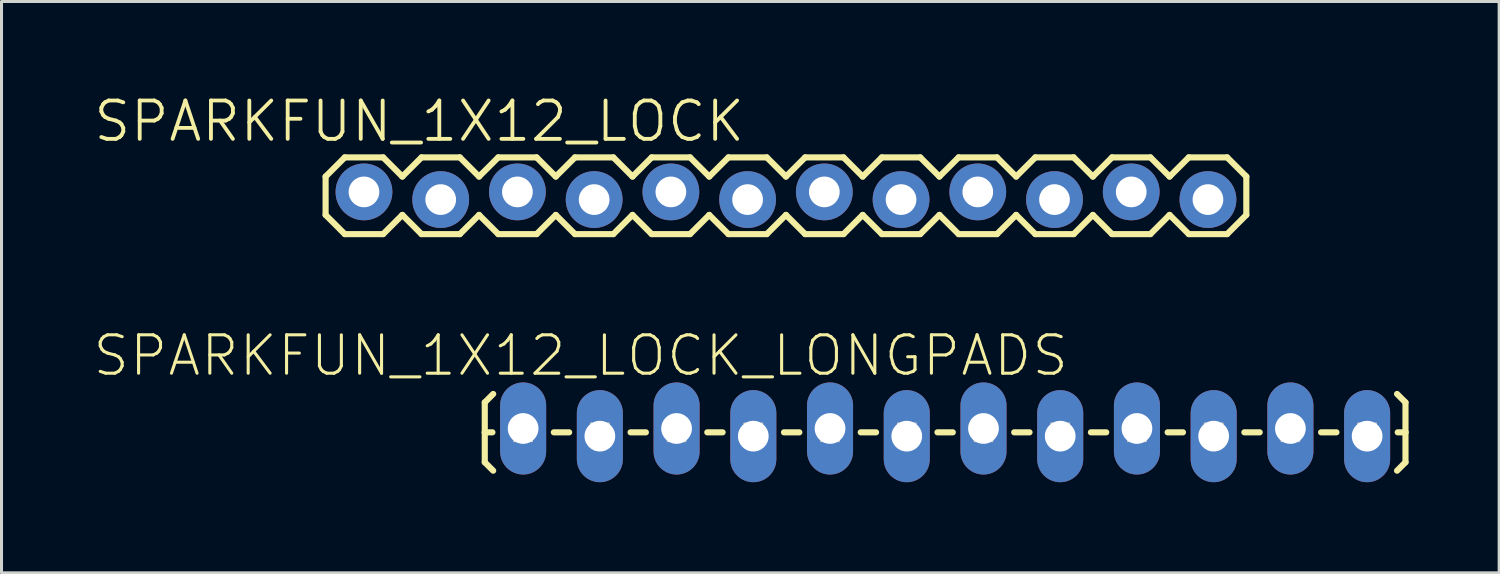
<source format=kicad_pcb>
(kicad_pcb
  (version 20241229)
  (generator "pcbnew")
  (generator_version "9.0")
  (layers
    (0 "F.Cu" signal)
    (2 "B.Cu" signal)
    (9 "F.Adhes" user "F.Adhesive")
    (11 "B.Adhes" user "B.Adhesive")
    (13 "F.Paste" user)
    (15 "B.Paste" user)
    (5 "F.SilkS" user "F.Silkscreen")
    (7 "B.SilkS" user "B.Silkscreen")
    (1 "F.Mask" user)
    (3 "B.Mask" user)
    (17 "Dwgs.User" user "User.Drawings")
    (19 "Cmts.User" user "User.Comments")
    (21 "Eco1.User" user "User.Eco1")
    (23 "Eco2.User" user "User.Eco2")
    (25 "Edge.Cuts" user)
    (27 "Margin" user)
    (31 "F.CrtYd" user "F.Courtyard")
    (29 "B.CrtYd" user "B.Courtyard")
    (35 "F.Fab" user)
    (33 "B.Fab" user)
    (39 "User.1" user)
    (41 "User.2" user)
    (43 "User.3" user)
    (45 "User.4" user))
  (footprint "SPARKFUN_1X12_LOCK_LONGPADS"
    (layer "F.Cu")
    (at 14.268 11.262)
    (property "Reference" "SPARKFUN_1X12_LOCK_LONGPADS" (at 1.905 -2.54 0) (layer "F.SilkS") (effects (font (size 1.27 1.27) (thickness 0.102))))
    (attr exclude_from_pos_files exclude_from_bom)
    (fp_line (start -1.27 -0.991) (end -0.991 -1.27) (stroke (width 0.203) (type solid)) (layer "F.SilkS"))
    (fp_line (start -1.27 0) (end -1.27 -0.991) (stroke (width 0.203) (type solid)) (layer "F.SilkS"))
    (fp_line (start -1.27 0) (end -1.27 0.991) (stroke (width 0.203) (type solid)) (layer "F.SilkS"))
    (fp_line (start -1.27 0) (end -1.016 0) (stroke (width 0.203) (type solid)) (layer "F.SilkS"))
    (fp_line (start -1.27 0.991) (end -0.991 1.27) (stroke (width 0.203) (type solid)) (layer "F.SilkS"))
    (fp_line (start 1.524 0) (end 1.016 0) (stroke (width 0.203) (type solid)) (layer "F.SilkS"))
    (fp_line (start 4.064 0) (end 3.556 0) (stroke (width 0.203) (type solid)) (layer "F.SilkS"))
    (fp_line (start 6.604 0) (end 6.096 0) (stroke (width 0.203) (type solid)) (layer "F.SilkS"))
    (fp_line (start 9.144 0) (end 8.636 0) (stroke (width 0.203) (type solid)) (layer "F.SilkS"))
    (fp_line (start 11.684 0) (end 11.176 0) (stroke (width 0.203) (type solid)) (layer "F.SilkS"))
    (fp_line (start 14.224 0) (end 13.716 0) (stroke (width 0.203) (type solid)) (layer "F.SilkS"))
    (fp_line (start 16.764 0) (end 16.256 0) (stroke (width 0.203) (type solid)) (layer "F.SilkS"))
    (fp_line (start 19.304 0) (end 18.796 0) (stroke (width 0.203) (type solid)) (layer "F.SilkS"))
    (fp_line (start 21.844 0) (end 21.336 0) (stroke (width 0.203) (type solid)) (layer "F.SilkS"))
    (fp_line (start 24.384 0) (end 23.876 0) (stroke (width 0.203) (type solid)) (layer "F.SilkS"))
    (fp_line (start 26.924 0) (end 26.416 0) (stroke (width 0.203) (type solid)) (layer "F.SilkS"))
    (fp_line (start 29.21 -0.991) (end 28.931 -1.27) (stroke (width 0.203) (type solid)) (layer "F.SilkS"))
    (fp_line (start 29.21 0) (end 28.953 0) (stroke (width 0.203) (type solid)) (layer "F.SilkS"))
    (fp_line (start 29.21 0) (end 29.21 -0.991) (stroke (width 0.203) (type solid)) (layer "F.SilkS"))
    (fp_line (start 29.21 0.991) (end 28.931 1.27) (stroke (width 0.203) (type solid)) (layer "F.SilkS"))
    (fp_line (start 29.21 0.991) (end 29.21 0) (stroke (width 0.203) (type solid)) (layer "F.SilkS"))
    (fp_line (start -0.292 -0.292) (end 0.292 -0.292) (stroke (width 0.066) (type solid)) (layer "Dwgs.User"))
    (fp_line (start -0.292 0.292) (end -0.292 -0.292) (stroke (width 0.066) (type solid)) (layer "Dwgs.User"))
    (fp_line (start -0.292 0.292) (end 0.292 0.292) (stroke (width 0.066) (type solid)) (layer "Dwgs.User"))
    (fp_line (start 0.292 0.292) (end 0.292 -0.292) (stroke (width 0.066) (type solid)) (layer "Dwgs.User"))
    (fp_line (start 2.248 -0.292) (end 2.832 -0.292) (stroke (width 0.066) (type solid)) (layer "Dwgs.User"))
    (fp_line (start 2.248 0.292) (end 2.248 -0.292) (stroke (width 0.066) (type solid)) (layer "Dwgs.User"))
    (fp_line (start 2.248 0.292) (end 2.832 0.292) (stroke (width 0.066) (type solid)) (layer "Dwgs.User"))
    (fp_line (start 2.832 0.292) (end 2.832 -0.292) (stroke (width 0.066) (type solid)) (layer "Dwgs.User"))
    (fp_line (start 4.788 -0.292) (end 5.372 -0.292) (stroke (width 0.066) (type solid)) (layer "Dwgs.User"))
    (fp_line (start 4.788 0.292) (end 4.788 -0.292) (stroke (width 0.066) (type solid)) (layer "Dwgs.User"))
    (fp_line (start 4.788 0.292) (end 5.372 0.292) (stroke (width 0.066) (type solid)) (layer "Dwgs.User"))
    (fp_line (start 5.372 0.292) (end 5.372 -0.292) (stroke (width 0.066) (type solid)) (layer "Dwgs.User"))
    (fp_line (start 7.328 -0.292) (end 7.912 -0.292) (stroke (width 0.066) (type solid)) (layer "Dwgs.User"))
    (fp_line (start 7.328 0.292) (end 7.328 -0.292) (stroke (width 0.066) (type solid)) (layer "Dwgs.User"))
    (fp_line (start 7.328 0.292) (end 7.912 0.292) (stroke (width 0.066) (type solid)) (layer "Dwgs.User"))
    (fp_line (start 7.912 0.292) (end 7.912 -0.292) (stroke (width 0.066) (type solid)) (layer "Dwgs.User"))
    (fp_line (start 9.868 -0.292) (end 10.452 -0.292) (stroke (width 0.066) (type solid)) (layer "Dwgs.User"))
    (fp_line (start 9.868 0.292) (end 9.868 -0.292) (stroke (width 0.066) (type solid)) (layer "Dwgs.User"))
    (fp_line (start 9.868 0.292) (end 10.452 0.292) (stroke (width 0.066) (type solid)) (layer "Dwgs.User"))
    (fp_line (start 10.452 0.292) (end 10.452 -0.292) (stroke (width 0.066) (type solid)) (layer "Dwgs.User"))
    (fp_line (start 12.408 -0.292) (end 12.992 -0.292) (stroke (width 0.066) (type solid)) (layer "Dwgs.User"))
    (fp_line (start 12.408 0.292) (end 12.408 -0.292) (stroke (width 0.066) (type solid)) (layer "Dwgs.User"))
    (fp_line (start 12.408 0.292) (end 12.992 0.292) (stroke (width 0.066) (type solid)) (layer "Dwgs.User"))
    (fp_line (start 12.992 0.292) (end 12.992 -0.292) (stroke (width 0.066) (type solid)) (layer "Dwgs.User"))
    (fp_line (start 14.948 -0.292) (end 15.532 -0.292) (stroke (width 0.066) (type solid)) (layer "Dwgs.User"))
    (fp_line (start 14.948 0.292) (end 14.948 -0.292) (stroke (width 0.066) (type solid)) (layer "Dwgs.User"))
    (fp_line (start 14.948 0.292) (end 15.532 0.292) (stroke (width 0.066) (type solid)) (layer "Dwgs.User"))
    (fp_line (start 15.532 0.292) (end 15.532 -0.292) (stroke (width 0.066) (type solid)) (layer "Dwgs.User"))
    (fp_line (start 17.488 -0.292) (end 18.072 -0.292) (stroke (width 0.066) (type solid)) (layer "Dwgs.User"))
    (fp_line (start 17.488 0.292) (end 17.488 -0.292) (stroke (width 0.066) (type solid)) (layer "Dwgs.User"))
    (fp_line (start 17.488 0.292) (end 18.072 0.292) (stroke (width 0.066) (type solid)) (layer "Dwgs.User"))
    (fp_line (start 18.072 0.292) (end 18.072 -0.292) (stroke (width 0.066) (type solid)) (layer "Dwgs.User"))
    (fp_line (start 20.028 -0.292) (end 20.612 -0.292) (stroke (width 0.066) (type solid)) (layer "Dwgs.User"))
    (fp_line (start 20.028 0.292) (end 20.028 -0.292) (stroke (width 0.066) (type solid)) (layer "Dwgs.User"))
    (fp_line (start 20.028 0.292) (end 20.612 0.292) (stroke (width 0.066) (type solid)) (layer "Dwgs.User"))
    (fp_line (start 20.612 0.292) (end 20.612 -0.292) (stroke (width 0.066) (type solid)) (layer "Dwgs.User"))
    (fp_line (start 22.568 -0.292) (end 23.152 -0.292) (stroke (width 0.066) (type solid)) (layer "Dwgs.User"))
    (fp_line (start 22.568 0.292) (end 22.568 -0.292) (stroke (width 0.066) (type solid)) (layer "Dwgs.User"))
    (fp_line (start 22.568 0.292) (end 23.152 0.292) (stroke (width 0.066) (type solid)) (layer "Dwgs.User"))
    (fp_line (start 23.152 0.292) (end 23.152 -0.292) (stroke (width 0.066) (type solid)) (layer "Dwgs.User"))
    (fp_line (start 25.108 -0.292) (end 25.692 -0.292) (stroke (width 0.066) (type solid)) (layer "Dwgs.User"))
    (fp_line (start 25.108 0.292) (end 25.108 -0.292) (stroke (width 0.066) (type solid)) (layer "Dwgs.User"))
    (fp_line (start 25.108 0.292) (end 25.692 0.292) (stroke (width 0.066) (type solid)) (layer "Dwgs.User"))
    (fp_line (start 25.692 0.292) (end 25.692 -0.292) (stroke (width 0.066) (type solid)) (layer "Dwgs.User"))
    (fp_line (start 27.648 -0.292) (end 28.232 -0.292) (stroke (width 0.066) (type solid)) (layer "Dwgs.User"))
    (fp_line (start 27.648 0.292) (end 27.648 -0.292) (stroke (width 0.066) (type solid)) (layer "Dwgs.User"))
    (fp_line (start 27.648 0.292) (end 28.232 0.292) (stroke (width 0.066) (type solid)) (layer "Dwgs.User"))
    (fp_line (start 28.232 0.292) (end 28.232 -0.292) (stroke (width 0.066) (type solid)) (layer "Dwgs.User"))
    (pad "1" thru_hole oval (at 0 -0.127 180) (size 1.524 3.048) (drill 1.016) (layers "*.Cu" "*.Paste" "*.Mask"))
    (pad "2" thru_hole oval (at 2.54 0.127 180) (size 1.524 3.048) (drill 1.016) (layers "*.Cu" "*.Paste" "*.Mask"))
    (pad "3" thru_hole oval (at 5.08 -0.127 180) (size 1.524 3.048) (drill 1.016) (layers "*.Cu" "*.Paste" "*.Mask"))
    (pad "4" thru_hole oval (at 7.62 0.127 180) (size 1.524 3.048) (drill 1.016) (layers "*.Cu" "*.Paste" "*.Mask"))
    (pad "5" thru_hole oval (at 10.16 -0.127 180) (size 1.524 3.048) (drill 1.016) (layers "*.Cu" "*.Paste" "*.Mask"))
    (pad "6" thru_hole oval (at 12.7 0.127 180) (size 1.524 3.048) (drill 1.016) (layers "*.Cu" "*.Paste" "*.Mask"))
    (pad "7" thru_hole oval (at 15.24 -0.127 180) (size 1.524 3.048) (drill 1.016) (layers "*.Cu" "*.Paste" "*.Mask"))
    (pad "8" thru_hole oval (at 17.78 0.127 180) (size 1.524 3.048) (drill 1.016) (layers "*.Cu" "*.Paste" "*.Mask"))
    (pad "9" thru_hole oval (at 20.32 -0.127 180) (size 1.524 3.048) (drill 1.016) (layers "*.Cu" "*.Paste" "*.Mask"))
    (pad "10" thru_hole oval (at 22.86 0.127 180) (size 1.524 3.048) (drill 1.016) (layers "*.Cu" "*.Paste" "*.Mask"))
    (pad "11" thru_hole oval (at 25.4 -0.127 180) (size 1.524 3.048) (drill 1.016) (layers "*.Cu" "*.Paste" "*.Mask"))
    (pad "12" thru_hole oval (at 27.94 0.127 180) (size 1.524 3.048) (drill 1.016) (layers "*.Cu" "*.Paste" "*.Mask")))
  (footprint "SPARKFUN_1X12_LOCK"
    (layer "F.Cu")
    (at 8.999 3.43)
    (property "Reference" "SPARKFUN_1X12_LOCK" (at 1.829 -2.464 0) (layer "F.SilkS") (effects (font (size 1.27 1.27) (thickness 0.127))))
    (attr exclude_from_pos_files exclude_from_bom)
    (fp_line (start -1.27 -0.635) (end -1.27 0.635) (stroke (width 0.203) (type solid)) (layer "F.SilkS"))
    (fp_line (start -1.27 0.635) (end -0.635 1.27) (stroke (width 0.203) (type solid)) (layer "F.SilkS"))
    (fp_line (start -0.635 -1.27) (end -1.27 -0.635) (stroke (width 0.203) (type solid)) (layer "F.SilkS"))
    (fp_line (start -0.635 -1.27) (end 0.635 -1.27) (stroke (width 0.203) (type solid)) (layer "F.SilkS"))
    (fp_line (start 0.635 -1.27) (end 1.27 -0.635) (stroke (width 0.203) (type solid)) (layer "F.SilkS"))
    (fp_line (start 0.635 1.27) (end -0.635 1.27) (stroke (width 0.203) (type solid)) (layer "F.SilkS"))
    (fp_line (start 1.27 -0.635) (end 1.905 -1.27) (stroke (width 0.203) (type solid)) (layer "F.SilkS"))
    (fp_line (start 1.27 0.635) (end 0.635 1.27) (stroke (width 0.203) (type solid)) (layer "F.SilkS"))
    (fp_line (start 1.905 -1.27) (end 3.175 -1.27) (stroke (width 0.203) (type solid)) (layer "F.SilkS"))
    (fp_line (start 1.905 1.27) (end 1.27 0.635) (stroke (width 0.203) (type solid)) (layer "F.SilkS"))
    (fp_line (start 3.175 -1.27) (end 3.81 -0.635) (stroke (width 0.203) (type solid)) (layer "F.SilkS"))
    (fp_line (start 3.175 1.27) (end 1.905 1.27) (stroke (width 0.203) (type solid)) (layer "F.SilkS"))
    (fp_line (start 3.81 -0.635) (end 4.445 -1.27) (stroke (width 0.203) (type solid)) (layer "F.SilkS"))
    (fp_line (start 3.81 0.635) (end 3.175 1.27) (stroke (width 0.203) (type solid)) (layer "F.SilkS"))
    (fp_line (start 4.445 -1.27) (end 5.715 -1.27) (stroke (width 0.203) (type solid)) (layer "F.SilkS"))
    (fp_line (start 4.445 1.27) (end 3.81 0.635) (stroke (width 0.203) (type solid)) (layer "F.SilkS"))
    (fp_line (start 5.715 -1.27) (end 6.35 -0.635) (stroke (width 0.203) (type solid)) (layer "F.SilkS"))
    (fp_line (start 5.715 1.27) (end 4.445 1.27) (stroke (width 0.203) (type solid)) (layer "F.SilkS"))
    (fp_line (start 6.35 0.635) (end 5.715 1.27) (stroke (width 0.203) (type solid)) (layer "F.SilkS"))
    (fp_line (start 6.35 0.635) (end 6.985 1.27) (stroke (width 0.203) (type solid)) (layer "F.SilkS"))
    (fp_line (start 6.985 -1.27) (end 6.35 -0.635) (stroke (width 0.203) (type solid)) (layer "F.SilkS"))
    (fp_line (start 6.985 -1.27) (end 8.255 -1.27) (stroke (width 0.203) (type solid)) (layer "F.SilkS"))
    (fp_line (start 8.255 -1.27) (end 8.89 -0.635) (stroke (width 0.203) (type solid)) (layer "F.SilkS"))
    (fp_line (start 8.255 1.27) (end 6.985 1.27) (stroke (width 0.203) (type solid)) (layer "F.SilkS"))
    (fp_line (start 8.89 -0.635) (end 9.525 -1.27) (stroke (width 0.203) (type solid)) (layer "F.SilkS"))
    (fp_line (start 8.89 0.635) (end 8.255 1.27) (stroke (width 0.203) (type solid)) (layer "F.SilkS"))
    (fp_line (start 9.525 -1.27) (end 10.795 -1.27) (stroke (width 0.203) (type solid)) (layer "F.SilkS"))
    (fp_line (start 9.525 1.27) (end 8.89 0.635) (stroke (width 0.203) (type solid)) (layer "F.SilkS"))
    (fp_line (start 10.795 -1.27) (end 11.43 -0.635) (stroke (width 0.203) (type solid)) (layer "F.SilkS"))
    (fp_line (start 10.795 1.27) (end 9.525 1.27) (stroke (width 0.203) (type solid)) (layer "F.SilkS"))
    (fp_line (start 11.43 -0.635) (end 12.065 -1.27) (stroke (width 0.203) (type solid)) (layer "F.SilkS"))
    (fp_line (start 11.43 0.635) (end 10.795 1.27) (stroke (width 0.203) (type solid)) (layer "F.SilkS"))
    (fp_line (start 12.065 -1.27) (end 13.335 -1.27) (stroke (width 0.203) (type solid)) (layer "F.SilkS"))
    (fp_line (start 12.065 1.27) (end 11.43 0.635) (stroke (width 0.203) (type solid)) (layer "F.SilkS"))
    (fp_line (start 13.335 -1.27) (end 13.97 -0.635) (stroke (width 0.203) (type solid)) (layer "F.SilkS"))
    (fp_line (start 13.335 1.27) (end 12.065 1.27) (stroke (width 0.203) (type solid)) (layer "F.SilkS"))
    (fp_line (start 13.97 0.635) (end 13.335 1.27) (stroke (width 0.203) (type solid)) (layer "F.SilkS"))
    (fp_line (start 13.97 0.635) (end 14.605 1.27) (stroke (width 0.203) (type solid)) (layer "F.SilkS"))
    (fp_line (start 14.605 -1.27) (end 13.97 -0.635) (stroke (width 0.203) (type solid)) (layer "F.SilkS"))
    (fp_line (start 14.605 -1.27) (end 15.875 -1.27) (stroke (width 0.203) (type solid)) (layer "F.SilkS"))
    (fp_line (start 15.875 -1.27) (end 16.51 -0.635) (stroke (width 0.203) (type solid)) (layer "F.SilkS"))
    (fp_line (start 15.875 1.27) (end 14.605 1.27) (stroke (width 0.203) (type solid)) (layer "F.SilkS"))
    (fp_line (start 16.51 0.635) (end 15.875 1.27) (stroke (width 0.203) (type solid)) (layer "F.SilkS"))
    (fp_line (start 16.51 0.635) (end 17.145 1.27) (stroke (width 0.203) (type solid)) (layer "F.SilkS"))
    (fp_line (start 17.145 -1.27) (end 16.51 -0.635) (stroke (width 0.203) (type solid)) (layer "F.SilkS"))
    (fp_line (start 17.145 -1.27) (end 18.415 -1.27) (stroke (width 0.203) (type solid)) (layer "F.SilkS"))
    (fp_line (start 18.415 -1.27) (end 19.05 -0.635) (stroke (width 0.203) (type solid)) (layer "F.SilkS"))
    (fp_line (start 18.415 1.27) (end 17.145 1.27) (stroke (width 0.203) (type solid)) (layer "F.SilkS"))
    (fp_line (start 19.05 0.635) (end 18.415 1.27) (stroke (width 0.203) (type solid)) (layer "F.SilkS"))
    (fp_line (start 19.05 0.635) (end 19.685 1.27) (stroke (width 0.203) (type solid)) (layer "F.SilkS"))
    (fp_line (start 19.685 -1.27) (end 19.05 -0.635) (stroke (width 0.203) (type solid)) (layer "F.SilkS"))
    (fp_line (start 19.685 -1.27) (end 20.955 -1.27) (stroke (width 0.203) (type solid)) (layer "F.SilkS"))
    (fp_line (start 20.955 -1.27) (end 21.59 -0.635) (stroke (width 0.203) (type solid)) (layer "F.SilkS"))
    (fp_line (start 20.955 1.27) (end 19.685 1.27) (stroke (width 0.203) (type solid)) (layer "F.SilkS"))
    (fp_line (start 21.59 0.635) (end 20.955 1.27) (stroke (width 0.203) (type solid)) (layer "F.SilkS"))
    (fp_line (start 21.59 0.635) (end 22.225 1.27) (stroke (width 0.203) (type solid)) (layer "F.SilkS"))
    (fp_line (start 22.225 -1.27) (end 21.59 -0.635) (stroke (width 0.203) (type solid)) (layer "F.SilkS"))
    (fp_line (start 22.225 -1.27) (end 23.495 -1.27) (stroke (width 0.203) (type solid)) (layer "F.SilkS"))
    (fp_line (start 23.495 -1.27) (end 24.13 -0.635) (stroke (width 0.203) (type solid)) (layer "F.SilkS"))
    (fp_line (start 23.495 1.27) (end 22.225 1.27) (stroke (width 0.203) (type solid)) (layer "F.SilkS"))
    (fp_line (start 24.13 0.635) (end 23.495 1.27) (stroke (width 0.203) (type solid)) (layer "F.SilkS"))
    (fp_line (start 24.13 0.635) (end 24.765 1.27) (stroke (width 0.203) (type solid)) (layer "F.SilkS"))
    (fp_line (start 24.765 -1.27) (end 24.13 -0.635) (stroke (width 0.203) (type solid)) (layer "F.SilkS"))
    (fp_line (start 24.765 -1.27) (end 26.035 -1.27) (stroke (width 0.203) (type solid)) (layer "F.SilkS"))
    (fp_line (start 26.035 -1.27) (end 26.67 -0.635) (stroke (width 0.203) (type solid)) (layer "F.SilkS"))
    (fp_line (start 26.035 1.27) (end 24.765 1.27) (stroke (width 0.203) (type solid)) (layer "F.SilkS"))
    (fp_line (start 26.67 0.635) (end 26.035 1.27) (stroke (width 0.203) (type solid)) (layer "F.SilkS"))
    (fp_line (start 26.67 0.635) (end 27.305 1.27) (stroke (width 0.203) (type solid)) (layer "F.SilkS"))
    (fp_line (start 27.305 -1.27) (end 26.67 -0.635) (stroke (width 0.203) (type solid)) (layer "F.SilkS"))
    (fp_line (start 27.305 -1.27) (end 28.575 -1.27) (stroke (width 0.203) (type solid)) (layer "F.SilkS"))
    (fp_line (start 28.575 -1.27) (end 29.21 -0.635) (stroke (width 0.203) (type solid)) (layer "F.SilkS"))
    (fp_line (start 28.575 1.27) (end 27.305 1.27) (stroke (width 0.203) (type solid)) (layer "F.SilkS"))
    (fp_line (start 29.21 -0.635) (end 29.21 0.635) (stroke (width 0.203) (type solid)) (layer "F.SilkS"))
    (fp_line (start 29.21 0.635) (end 28.575 1.27) (stroke (width 0.203) (type solid)) (layer "F.SilkS"))
    (fp_line (start -0.254 -0.254) (end 0.254 -0.254) (stroke (width 0.066) (type solid)) (layer "Dwgs.User"))
    (fp_line (start -0.254 0.254) (end -0.254 -0.254) (stroke (width 0.066) (type solid)) (layer "Dwgs.User"))
    (fp_line (start -0.254 0.254) (end 0.254 0.254) (stroke (width 0.066) (type solid)) (layer "Dwgs.User"))
    (fp_line (start 0.254 0.254) (end 0.254 -0.254) (stroke (width 0.066) (type solid)) (layer "Dwgs.User"))
    (fp_line (start 2.286 -0.254) (end 2.794 -0.254) (stroke (width 0.066) (type solid)) (layer "Dwgs.User"))
    (fp_line (start 2.286 0.254) (end 2.286 -0.254) (stroke (width 0.066) (type solid)) (layer "Dwgs.User"))
    (fp_line (start 2.286 0.254) (end 2.794 0.254) (stroke (width 0.066) (type solid)) (layer "Dwgs.User"))
    (fp_line (start 2.794 0.254) (end 2.794 -0.254) (stroke (width 0.066) (type solid)) (layer "Dwgs.User"))
    (fp_line (start 4.826 -0.254) (end 5.334 -0.254) (stroke (width 0.066) (type solid)) (layer "Dwgs.User"))
    (fp_line (start 4.826 0.254) (end 4.826 -0.254) (stroke (width 0.066) (type solid)) (layer "Dwgs.User"))
    (fp_line (start 4.826 0.254) (end 5.334 0.254) (stroke (width 0.066) (type solid)) (layer "Dwgs.User"))
    (fp_line (start 5.334 0.254) (end 5.334 -0.254) (stroke (width 0.066) (type solid)) (layer "Dwgs.User"))
    (fp_line (start 7.366 -0.254) (end 7.874 -0.254) (stroke (width 0.066) (type solid)) (layer "Dwgs.User"))
    (fp_line (start 7.366 0.254) (end 7.366 -0.254) (stroke (width 0.066) (type solid)) (layer "Dwgs.User"))
    (fp_line (start 7.366 0.254) (end 7.874 0.254) (stroke (width 0.066) (type solid)) (layer "Dwgs.User"))
    (fp_line (start 7.874 0.254) (end 7.874 -0.254) (stroke (width 0.066) (type solid)) (layer "Dwgs.User"))
    (fp_line (start 9.906 -0.254) (end 10.414 -0.254) (stroke (width 0.066) (type solid)) (layer "Dwgs.User"))
    (fp_line (start 9.906 0.254) (end 9.906 -0.254) (stroke (width 0.066) (type solid)) (layer "Dwgs.User"))
    (fp_line (start 9.906 0.254) (end 10.414 0.254) (stroke (width 0.066) (type solid)) (layer "Dwgs.User"))
    (fp_line (start 10.414 0.254) (end 10.414 -0.254) (stroke (width 0.066) (type solid)) (layer "Dwgs.User"))
    (fp_line (start 12.446 -0.254) (end 12.954 -0.254) (stroke (width 0.066) (type solid)) (layer "Dwgs.User"))
    (fp_line (start 12.446 0.254) (end 12.446 -0.254) (stroke (width 0.066) (type solid)) (layer "Dwgs.User"))
    (fp_line (start 12.446 0.254) (end 12.954 0.254) (stroke (width 0.066) (type solid)) (layer "Dwgs.User"))
    (fp_line (start 12.954 0.254) (end 12.954 -0.254) (stroke (width 0.066) (type solid)) (layer "Dwgs.User"))
    (fp_line (start 14.986 -0.254) (end 15.494 -0.254) (stroke (width 0.066) (type solid)) (layer "Dwgs.User"))
    (fp_line (start 14.986 0.254) (end 14.986 -0.254) (stroke (width 0.066) (type solid)) (layer "Dwgs.User"))
    (fp_line (start 14.986 0.254) (end 15.494 0.254) (stroke (width 0.066) (type solid)) (layer "Dwgs.User"))
    (fp_line (start 15.494 0.254) (end 15.494 -0.254) (stroke (width 0.066) (type solid)) (layer "Dwgs.User"))
    (fp_line (start 17.523 -0.254) (end 18.034 -0.254) (stroke (width 0.066) (type solid)) (layer "Dwgs.User"))
    (fp_line (start 17.523 0.254) (end 17.523 -0.254) (stroke (width 0.066) (type solid)) (layer "Dwgs.User"))
    (fp_line (start 17.523 0.254) (end 18.034 0.254) (stroke (width 0.066) (type solid)) (layer "Dwgs.User"))
    (fp_line (start 18.034 0.254) (end 18.034 -0.254) (stroke (width 0.066) (type solid)) (layer "Dwgs.User"))
    (fp_line (start 20.066 -0.254) (end 20.574 -0.254) (stroke (width 0.066) (type solid)) (layer "Dwgs.User"))
    (fp_line (start 20.066 0.254) (end 20.066 -0.254) (stroke (width 0.066) (type solid)) (layer "Dwgs.User"))
    (fp_line (start 20.066 0.254) (end 20.574 0.254) (stroke (width 0.066) (type solid)) (layer "Dwgs.User"))
    (fp_line (start 20.574 0.254) (end 20.574 -0.254) (stroke (width 0.066) (type solid)) (layer "Dwgs.User"))
    (fp_line (start 22.606 -0.254) (end 23.114 -0.254) (stroke (width 0.066) (type solid)) (layer "Dwgs.User"))
    (fp_line (start 22.606 0.254) (end 22.606 -0.254) (stroke (width 0.066) (type solid)) (layer "Dwgs.User"))
    (fp_line (start 22.606 0.254) (end 23.114 0.254) (stroke (width 0.066) (type solid)) (layer "Dwgs.User"))
    (fp_line (start 23.114 0.254) (end 23.114 -0.254) (stroke (width 0.066) (type solid)) (layer "Dwgs.User"))
    (fp_line (start 25.146 -0.254) (end 25.654 -0.254) (stroke (width 0.066) (type solid)) (layer "Dwgs.User"))
    (fp_line (start 25.146 0.254) (end 25.146 -0.254) (stroke (width 0.066) (type solid)) (layer "Dwgs.User"))
    (fp_line (start 25.146 0.254) (end 25.654 0.254) (stroke (width 0.066) (type solid)) (layer "Dwgs.User"))
    (fp_line (start 25.654 0.254) (end 25.654 -0.254) (stroke (width 0.066) (type solid)) (layer "Dwgs.User"))
    (fp_line (start 27.686 -0.254) (end 28.194 -0.254) (stroke (width 0.066) (type solid)) (layer "Dwgs.User"))
    (fp_line (start 27.686 0.254) (end 27.686 -0.254) (stroke (width 0.066) (type solid)) (layer "Dwgs.User"))
    (fp_line (start 27.686 0.254) (end 28.194 0.254) (stroke (width 0.066) (type solid)) (layer "Dwgs.User"))
    (fp_line (start 28.194 0.254) (end 28.194 -0.254) (stroke (width 0.066) (type solid)) (layer "Dwgs.User"))
    (pad "1" thru_hole circle (at 0 -0.127) (size 1.88 1.88) (drill 1.016) (layers "*.Cu" "*.Paste" "*.Mask"))
    (pad "2" thru_hole circle (at 2.54 0.127) (size 1.88 1.88) (drill 1.016) (layers "*.Cu" "*.Paste" "*.Mask"))
    (pad "3" thru_hole circle (at 5.08 -0.127) (size 1.88 1.88) (drill 1.016) (layers "*.Cu" "*.Paste" "*.Mask"))
    (pad "4" thru_hole circle (at 7.62 0.127) (size 1.88 1.88) (drill 1.016) (layers "*.Cu" "*.Paste" "*.Mask"))
    (pad "5" thru_hole circle (at 10.16 -0.127) (size 1.88 1.88) (drill 1.016) (layers "*.Cu" "*.Paste" "*.Mask"))
    (pad "6" thru_hole circle (at 12.7 0.127) (size 1.88 1.88) (drill 1.016) (layers "*.Cu" "*.Paste" "*.Mask"))
    (pad "7" thru_hole circle (at 15.24 -0.127) (size 1.88 1.88) (drill 1.016) (layers "*.Cu" "*.Paste" "*.Mask"))
    (pad "8" thru_hole circle (at 17.78 0.127) (size 1.88 1.88) (drill 1.016) (layers "*.Cu" "*.Paste" "*.Mask"))
    (pad "9" thru_hole circle (at 20.32 -0.127) (size 1.88 1.88) (drill 1.016) (layers "*.Cu" "*.Paste" "*.Mask"))
    (pad "10" thru_hole circle (at 22.86 0.127) (size 1.88 1.88) (drill 1.016) (layers "*.Cu" "*.Paste" "*.Mask"))
    (pad "11" thru_hole circle (at 25.4 -0.127) (size 1.88 1.88) (drill 1.016) (layers "*.Cu" "*.Paste" "*.Mask"))
    (pad "12" thru_hole circle (at 27.94 0.127) (size 1.88 1.88) (drill 1.016) (layers "*.Cu" "*.Paste" "*.Mask")))
  (gr_rect
    (start -3 -3)
    (end 46.579 15.913)
    (stroke (width 0.1) (type default))
    (fill no)
    (layer "Edge.Cuts")))
</source>
